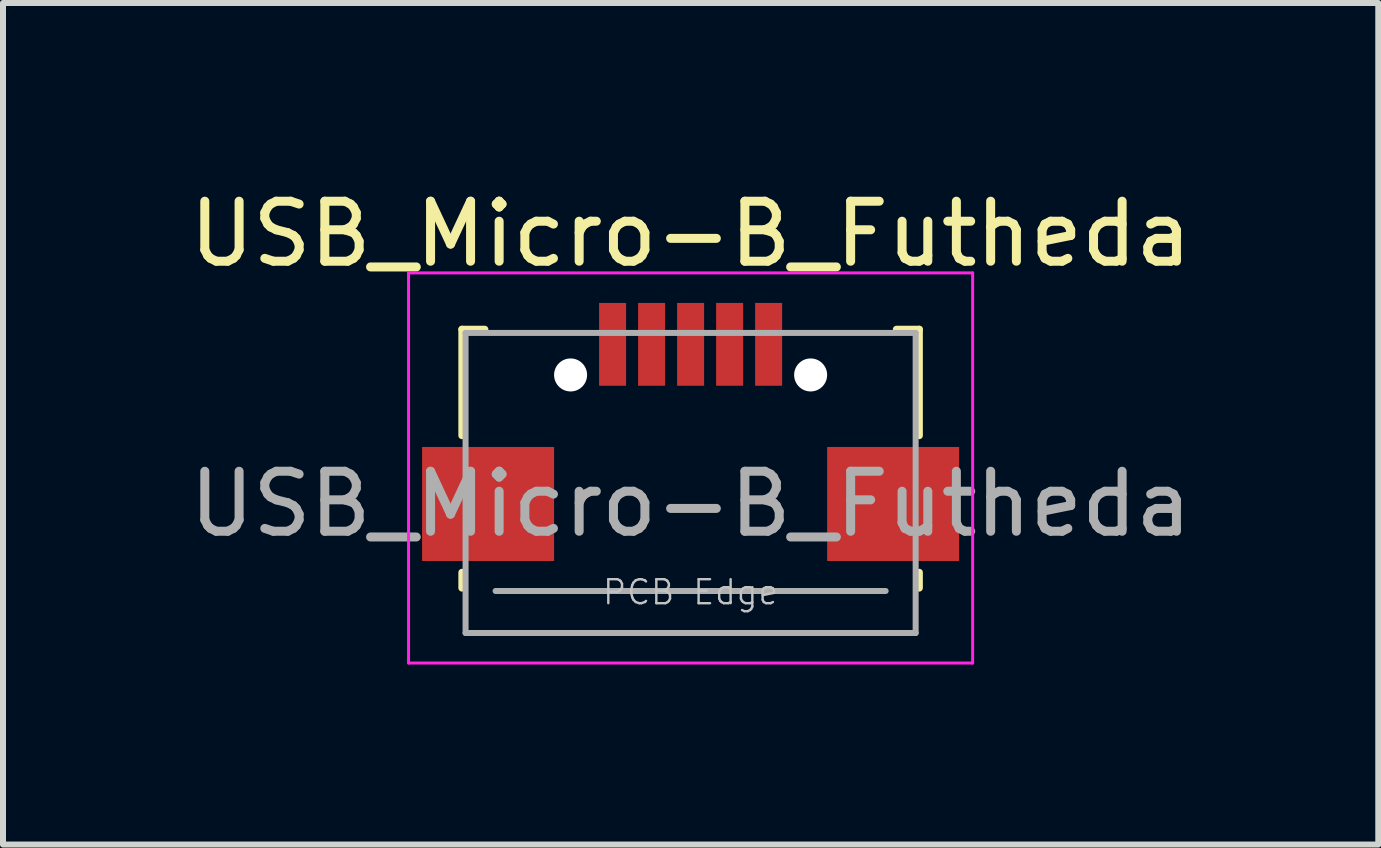
<source format=kicad_pcb>
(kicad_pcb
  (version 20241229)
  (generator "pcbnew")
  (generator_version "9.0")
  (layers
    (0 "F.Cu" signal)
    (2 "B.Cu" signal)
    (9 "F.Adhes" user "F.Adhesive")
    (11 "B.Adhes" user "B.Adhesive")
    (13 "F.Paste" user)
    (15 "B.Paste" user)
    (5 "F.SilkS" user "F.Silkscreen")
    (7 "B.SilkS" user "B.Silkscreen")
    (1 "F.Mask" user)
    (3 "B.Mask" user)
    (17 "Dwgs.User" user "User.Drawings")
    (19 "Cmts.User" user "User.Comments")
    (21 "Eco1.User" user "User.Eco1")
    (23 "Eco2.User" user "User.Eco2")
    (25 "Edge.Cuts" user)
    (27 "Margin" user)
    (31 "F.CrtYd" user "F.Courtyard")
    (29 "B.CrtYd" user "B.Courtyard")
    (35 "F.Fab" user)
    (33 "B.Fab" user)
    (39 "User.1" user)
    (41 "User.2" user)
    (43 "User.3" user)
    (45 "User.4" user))
  (footprint "USB_Micro-B_Futheda"
    (layer "F.Cu")
    (at 8.458 5.348)
    (property "Reference" "USB_Micro-B_Futheda" (at 0 -4.5 180) (layer "F.SilkS") (effects (font (size 1 1) (thickness 0.15))))
    (attr smd)
    (fp_line (start -3.81 -2.91) (end -3.43 -2.91) (stroke (width 0.12) (type solid)) (layer "F.SilkS"))
    (fp_line (start -3.81 -1.14) (end -3.81 -2.91) (stroke (width 0.12) (type solid)) (layer "F.SilkS"))
    (fp_line (start -3.81 1.4) (end -3.81 1.14) (stroke (width 0.12) (type solid)) (layer "F.SilkS"))
    (fp_line (start 3.81 -2.91) (end 3.43 -2.91) (stroke (width 0.12) (type solid)) (layer "F.SilkS"))
    (fp_line (start 3.81 -2.91) (end 3.81 -1.14) (stroke (width 0.12) (type solid)) (layer "F.SilkS"))
    (fp_line (start 3.81 1.14) (end 3.81 1.4) (stroke (width 0.12) (type solid)) (layer "F.SilkS"))
    (fp_line (start -4.7 -3.85) (end 4.7 -3.85) (stroke (width 0.05) (type solid)) (layer "F.CrtYd"))
    (fp_line (start -4.7 2.65) (end -4.7 -3.85) (stroke (width 0.05) (type solid)) (layer "F.CrtYd"))
    (fp_line (start 4.7 -3.85) (end 4.7 2.65) (stroke (width 0.05) (type solid)) (layer "F.CrtYd"))
    (fp_line (start 4.7 2.65) (end -4.7 2.65) (stroke (width 0.05) (type solid)) (layer "F.CrtYd"))
    (fp_line (start -3.75 -2.85) (end 3.75 -2.85) (stroke (width 0.1) (type solid)) (layer "F.Fab"))
    (fp_line (start -3.75 2.15) (end -3.75 -2.85) (stroke (width 0.1) (type solid)) (layer "F.Fab"))
    (fp_line (start -3.25 1.45) (end 3.25 1.45) (stroke (width 0.1) (type solid)) (layer "F.Fab"))
    (fp_line (start 3.75 -2.85) (end 3.75 2.15) (stroke (width 0.1) (type solid)) (layer "F.Fab"))
    (fp_line (start 3.75 2.15) (end -3.75 2.15) (stroke (width 0.1) (type solid)) (layer "F.Fab"))
    (fp_text user "PCB Edge" (at 0 1.47 180) (layer "Dwgs.User") (effects (font (size 0.4 0.4) (thickness 0.04))))
    (fp_text user "${REFERENCE}" (at 0 0 0) (layer "F.Fab") (effects (font (size 1 1) (thickness 0.15))))
    (pad "" np_thru_hole circle (at -2 -2.15) (size 0.55 0.55) (drill 0.55) (layers "*.Cu" "*.Mask"))
    (pad "" np_thru_hole circle (at 2 -2.15) (size 0.55 0.55) (drill 0.55) (layers "*.Cu" "*.Mask"))
    (pad "1" smd rect (at -1.3 -2.66) (size 0.45 1.38) (layers "F.Cu" "F.Mask" "F.Paste"))
    (pad "2" smd rect (at -0.65 -2.66) (size 0.45 1.38) (layers "F.Cu" "F.Mask" "F.Paste"))
    (pad "3" smd rect (at 0 -2.66) (size 0.45 1.38) (layers "F.Cu" "F.Mask" "F.Paste"))
    (pad "4" smd rect (at 0.65 -2.66) (size 0.45 1.38) (layers "F.Cu" "F.Mask" "F.Paste"))
    (pad "5" smd rect (at 1.3 -2.66) (size 0.45 1.38) (layers "F.Cu" "F.Mask" "F.Paste"))
    (pad "6" smd rect (at -3.375 0) (size 2.2 1.9) (layers "F.Cu" "F.Mask" "F.Paste"))
    (pad "6" smd rect (at 3.375 0) (size 2.2 1.9) (layers "F.Cu" "F.Mask" "F.Paste")))
  (gr_rect
    (start -3 -3)
    (end 19.917 11.023)
    (stroke (width 0.1) (type default))
    (fill no)
    (layer "Edge.Cuts")))
</source>
